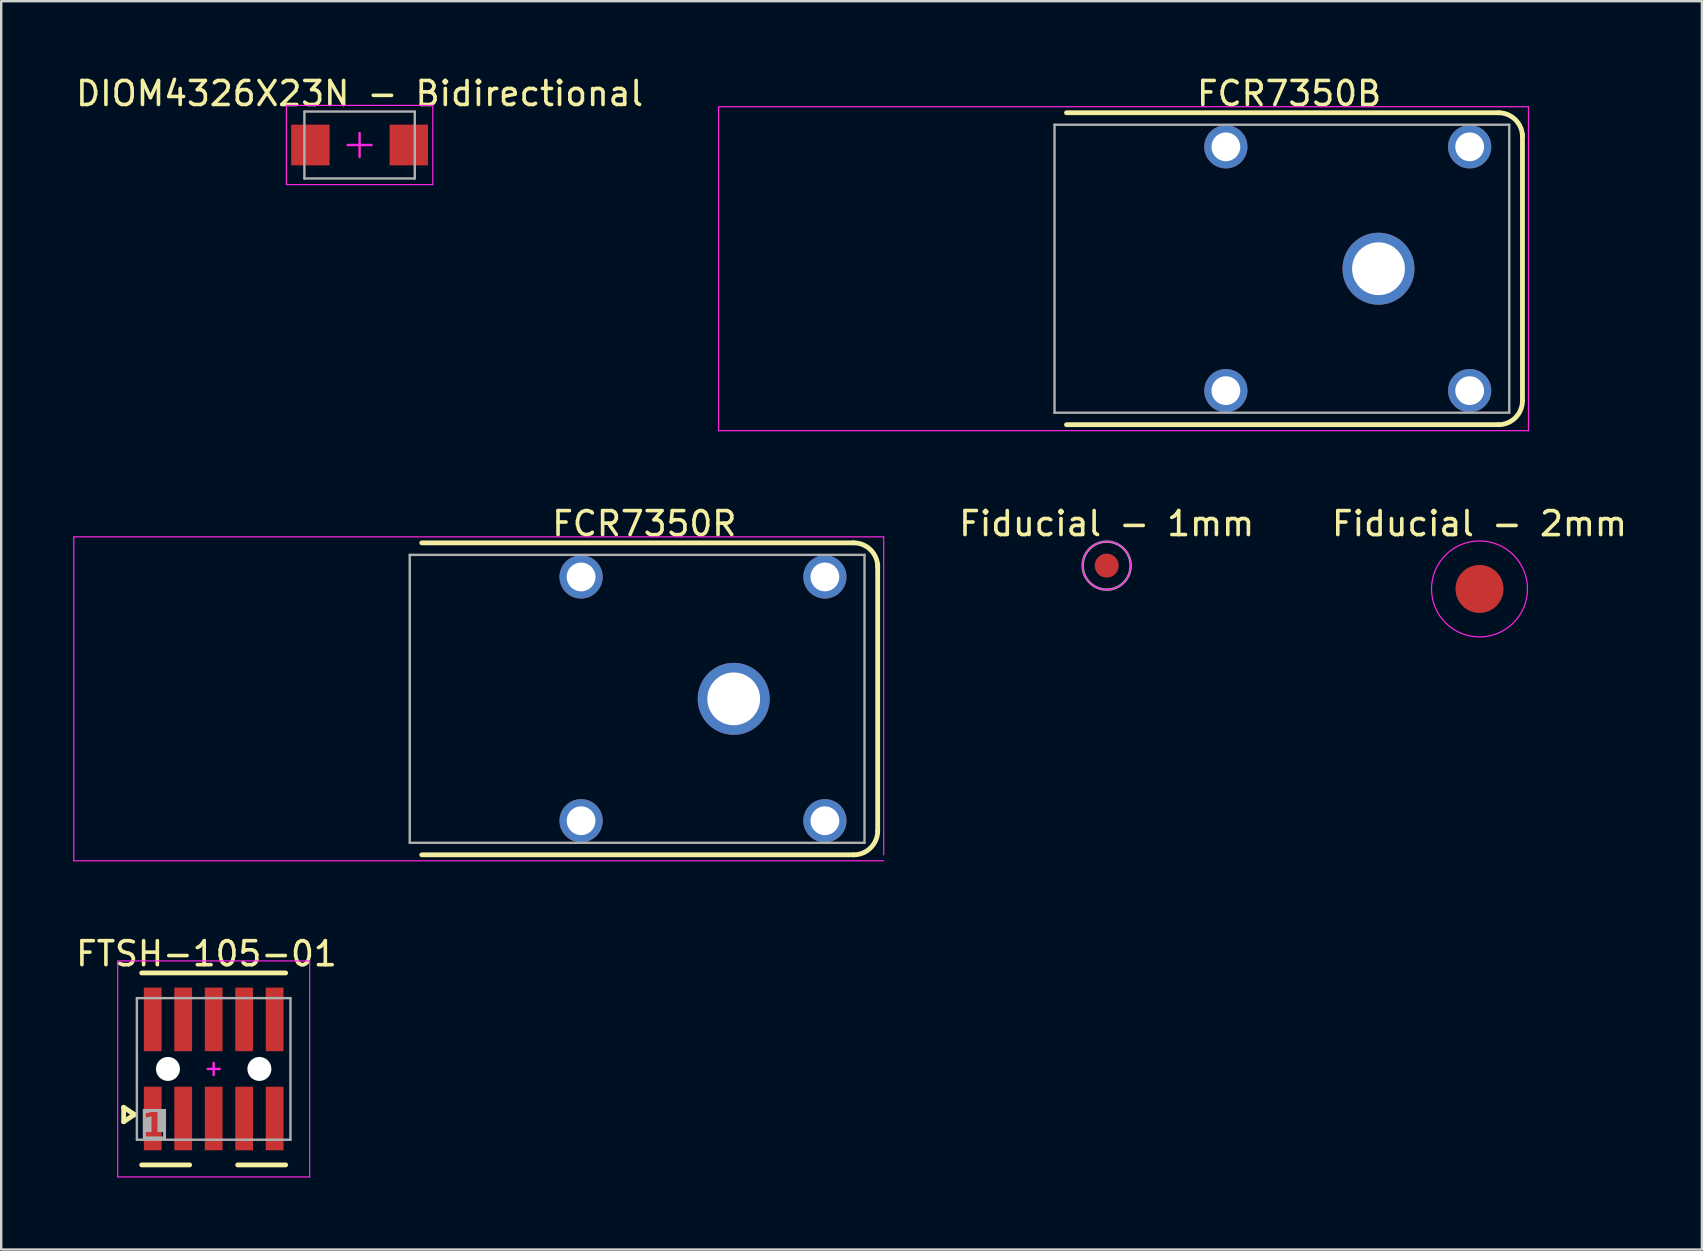
<source format=kicad_pcb>
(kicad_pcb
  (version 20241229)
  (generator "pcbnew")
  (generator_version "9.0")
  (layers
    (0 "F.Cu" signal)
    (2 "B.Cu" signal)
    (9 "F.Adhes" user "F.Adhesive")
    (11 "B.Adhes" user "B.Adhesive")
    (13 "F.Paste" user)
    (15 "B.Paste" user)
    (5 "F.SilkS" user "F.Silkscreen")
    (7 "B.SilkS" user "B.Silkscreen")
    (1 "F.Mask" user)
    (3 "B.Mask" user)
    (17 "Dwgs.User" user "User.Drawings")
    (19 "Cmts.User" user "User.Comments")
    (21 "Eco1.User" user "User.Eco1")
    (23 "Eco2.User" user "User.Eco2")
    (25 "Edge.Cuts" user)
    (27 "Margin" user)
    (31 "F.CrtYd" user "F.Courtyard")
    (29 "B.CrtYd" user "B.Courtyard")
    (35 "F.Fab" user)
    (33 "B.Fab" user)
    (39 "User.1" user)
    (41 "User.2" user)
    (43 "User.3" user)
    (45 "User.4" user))
  (footprint "Fiducial - 2mm"
    (layer "F.Cu")
    (at 58.604 21.492)
    (property "Reference" "Fiducial - 2mm" (at 0 -2.72 0) (layer "F.SilkS") (effects (font (size 1 1) (thickness 0.15))))
    (fp_circle (center 0 0) (end 0 -2) (stroke (width 0.05) (type solid)) (fill no) (layer "F.CrtYd"))
    (pad "1" smd circle (at 0 0) (size 2 2) (layers "F.Cu" "F.Mask" "F.Paste"))
    (zone (net_name "") (layer "F.Cu") (hatch edge 0.5) (connect_pads) (min_thickness 0.25) (filled_areas_thickness no) (keepout (tracks not_allowed) (vias not_allowed) (pads not_allowed) (copperpour not_allowed) (footprints allowed)) (placement (enabled no)) (fill) (polygon (pts (xy 59.016 19.509) (xy 59.282 19.584) (xy 59.535 19.694) (xy 59.771 19.837) (xy 59.986 20.012) (xy 60.174 20.214) (xy 60.334 20.44) (xy 60.461 20.685) (xy 60.553 20.945) (xy 60.61 21.216) (xy 60.629 21.492) (xy 60.61 21.768) (xy 60.553 22.038) (xy 60.461 22.299) (xy 60.334 22.544) (xy 60.174 22.77) (xy 59.986 22.972) (xy 59.771 23.146) (xy 59.535 23.29) (xy 59.282 23.4) (xy 59.016 23.474) (xy 58.742 23.512) (xy 58.465 23.512) (xy 58.192 23.474) (xy 57.925 23.4) (xy 57.672 23.29) (xy 57.436 23.146) (xy 57.221 22.972) (xy 57.033 22.77) (xy 56.873 22.544) (xy 56.746 22.299) (xy 56.654 22.038) (xy 56.597 21.768) (xy 56.579 21.492) (xy 57.524 21.492) (xy 57.542 21.69) (xy 57.597 21.882) (xy 57.686 22.06) (xy 57.806 22.219) (xy 57.953 22.353) (xy 58.122 22.458) (xy 58.308 22.53) (xy 58.504 22.567) (xy 58.703 22.567) (xy 58.899 22.53) (xy 59.085 22.458) (xy 59.254 22.353) (xy 59.401 22.219) (xy 59.521 22.06) (xy 59.61 21.882) (xy 59.665 21.69) (xy 59.683 21.492) (xy 59.665 21.293) (xy 59.61 21.102) (xy 59.521 20.923) (xy 59.401 20.764) (xy 59.254 20.63) (xy 59.085 20.525) (xy 58.899 20.453) (xy 58.703 20.417) (xy 58.504 20.417) (xy 58.308 20.453) (xy 58.122 20.525) (xy 57.953 20.63) (xy 57.806 20.764) (xy 57.686 20.923) (xy 57.597 21.102) (xy 57.542 21.293) (xy 57.524 21.492) (xy 56.579 21.492) (xy 56.597 21.216) (xy 56.654 20.945) (xy 56.746 20.685) (xy 56.873 20.44) (xy 57.033 20.214) (xy 57.221 20.012) (xy 57.436 19.837) (xy 57.672 19.694) (xy 57.925 19.584) (xy 58.192 19.509) (xy 58.465 19.471) (xy 58.742 19.471)))))
  (footprint "FCR7350R"
    (layer "F.Cu")
    (at 27.525 26.072)
    (property "Reference" "FCR7350R" (at -3.725 -7.3 0) (layer "F.SilkS") (effects (font (size 1 1) (thickness 0.15))))
    (fp_line (start -13 -6.5) (end 5 -6.5) (stroke (width 0.2) (type solid)) (layer "F.SilkS"))
    (fp_line (start -13 6.5) (end 5 6.5) (stroke (width 0.2) (type solid)) (layer "F.SilkS"))
    (fp_line (start 6 5.5) (end 6 -5.6) (stroke (width 0.2) (type solid)) (layer "F.SilkS"))
    (fp_arc (start 5 -6.5) (mid 5.707107 -6.207107) (end 6 -5.5) (stroke (width 0.2) (type solid)) (layer "F.SilkS"))
    (fp_arc (start 6 5.5) (mid 5.707107 6.207107) (end 5 6.5) (stroke (width 0.2) (type solid)) (layer "F.SilkS"))
    (fp_line (start -27.5 -6.75) (end 6.25 -6.75) (stroke (width 0.05) (type solid)) (layer "F.CrtYd"))
    (fp_line (start -27.5 6.75) (end -27.5 -6.75) (stroke (width 0.05) (type solid)) (layer "F.CrtYd"))
    (fp_line (start -27.5 6.75) (end 6.25 6.75) (stroke (width 0.05) (type solid)) (layer "F.CrtYd"))
    (fp_line (start -0.254 0) (end 0.254 0) (stroke (width 0.1) (type solid)) (layer "F.CrtYd"))
    (fp_line (start 0 0.254) (end 0 -0.254) (stroke (width 0.1) (type solid)) (layer "F.CrtYd"))
    (fp_line (start 6.25 6.5) (end 6.25 -6.75) (stroke (width 0.05) (type solid)) (layer "F.CrtYd"))
    (fp_line (start -13.5 -6) (end 5.45 -6) (stroke (width 0.1) (type solid)) (layer "F.Fab"))
    (fp_line (start -13.5 6) (end -13.5 -6) (stroke (width 0.1) (type solid)) (layer "F.Fab"))
    (fp_line (start -13.5 6) (end 5.45 6) (stroke (width 0.1) (type solid)) (layer "F.Fab"))
    (fp_line (start 5.45 6) (end 5.45 -6) (stroke (width 0.1) (type solid)) (layer "F.Fab"))
    (pad "1" thru_hole circle (at 0 0) (size 3 3) (drill 2.2) (layers "*.Cu" "*.Mask"))
    (pad "2" thru_hole circle (at -6.36 -5.08) (size 1.8 1.8) (drill 1.2) (layers "*.Cu" "*.Mask"))
    (pad "3" thru_hole circle (at 3.8 -5.08) (size 1.8 1.8) (drill 1.2) (layers "*.Cu" "*.Mask"))
    (pad "4" thru_hole circle (at -6.36 5.08) (size 1.8 1.8) (drill 1.2) (layers "*.Cu" "*.Mask"))
    (pad "5" thru_hole circle (at 3.8 5.08) (size 1.8 1.8) (drill 1.2) (layers "*.Cu" "*.Mask")))
  (footprint "FCR7350B"
    (layer "F.Cu")
    (at 54.394 8.148)
    (property "Reference" "FCR7350B" (at -3.725 -7.3 0) (layer "F.SilkS") (effects (font (size 1 1) (thickness 0.15))))
    (fp_line (start -13 -6.5) (end 5 -6.5) (stroke (width 0.2) (type solid)) (layer "F.SilkS"))
    (fp_line (start -13 6.5) (end 5 6.5) (stroke (width 0.2) (type solid)) (layer "F.SilkS"))
    (fp_line (start 6 5.5) (end 6 -5.6) (stroke (width 0.2) (type solid)) (layer "F.SilkS"))
    (fp_arc (start 5 -6.5) (mid 5.707107 -6.207107) (end 6 -5.5) (stroke (width 0.2) (type solid)) (layer "F.SilkS"))
    (fp_arc (start 6 5.5) (mid 5.707107 6.207107) (end 5 6.5) (stroke (width 0.2) (type solid)) (layer "F.SilkS"))
    (fp_line (start -27.5 -6.75) (end 6.25 -6.75) (stroke (width 0.05) (type solid)) (layer "F.CrtYd"))
    (fp_line (start -27.5 6.75) (end -27.5 -6.75) (stroke (width 0.05) (type solid)) (layer "F.CrtYd"))
    (fp_line (start -27.5 6.75) (end 6.25 6.75) (stroke (width 0.05) (type solid)) (layer "F.CrtYd"))
    (fp_line (start -0.254 0) (end 0.254 0) (stroke (width 0.1) (type solid)) (layer "F.CrtYd"))
    (fp_line (start 0 0.254) (end 0 -0.254) (stroke (width 0.1) (type solid)) (layer "F.CrtYd"))
    (fp_line (start 6.25 6.75) (end 6.25 -6.75) (stroke (width 0.05) (type solid)) (layer "F.CrtYd"))
    (fp_line (start -13.5 -6) (end 5.45 -6) (stroke (width 0.1) (type solid)) (layer "F.Fab"))
    (fp_line (start -13.5 6) (end -13.5 -6) (stroke (width 0.1) (type solid)) (layer "F.Fab"))
    (fp_line (start -13.5 6) (end 5.45 6) (stroke (width 0.1) (type solid)) (layer "F.Fab"))
    (fp_line (start 5.45 6) (end 5.45 -6) (stroke (width 0.1) (type solid)) (layer "F.Fab"))
    (pad "1" thru_hole circle (at 0 0) (size 3 3) (drill 2.2) (layers "*.Cu" "*.Mask"))
    (pad "2" thru_hole circle (at -6.36 -5.08) (size 1.8 1.8) (drill 1.2) (layers "*.Cu" "*.Mask"))
    (pad "3" thru_hole circle (at 3.8 -5.08) (size 1.8 1.8) (drill 1.2) (layers "*.Cu" "*.Mask"))
    (pad "4" thru_hole circle (at -6.36 5.08) (size 1.8 1.8) (drill 1.2) (layers "*.Cu" "*.Mask"))
    (pad "5" thru_hole circle (at 3.8 5.08) (size 1.8 1.8) (drill 1.2) (layers "*.Cu" "*.Mask")))
  (footprint "DIOM4326X23N - Bidirectional"
    (layer "F.Cu")
    (at 11.935 2.993)
    (property "Reference" "DIOM4326X23N - Bidirectional" (at 0 -2.145 0) (layer "F.SilkS") (effects (font (size 1 1) (thickness 0.15))))
    (fp_line (start -3.05 -1.65) (end 3.05 -1.65) (stroke (width 0.05) (type solid)) (layer "F.CrtYd"))
    (fp_line (start -3.05 1.65) (end -3.05 -1.65) (stroke (width 0.05) (type solid)) (layer "F.CrtYd"))
    (fp_line (start -3.05 1.65) (end 3.05 1.65) (stroke (width 0.05) (type solid)) (layer "F.CrtYd"))
    (fp_line (start -0.5 0) (end 0.5 0) (stroke (width 0.1) (type solid)) (layer "F.CrtYd"))
    (fp_line (start 0 0.5) (end 0 -0.5) (stroke (width 0.1) (type solid)) (layer "F.CrtYd"))
    (fp_line (start 3.05 1.65) (end 3.05 -1.65) (stroke (width 0.05) (type solid)) (layer "F.CrtYd"))
    (fp_line (start -2.3 -1.395) (end 2.3 -1.395) (stroke (width 0.1) (type solid)) (layer "F.Fab"))
    (fp_line (start -2.3 1.395) (end -2.3 -1.395) (stroke (width 0.1) (type solid)) (layer "F.Fab"))
    (fp_line (start -2.3 1.395) (end 2.3 1.395) (stroke (width 0.1) (type solid)) (layer "F.Fab"))
    (fp_line (start 2.3 1.395) (end 2.3 -1.395) (stroke (width 0.1) (type solid)) (layer "F.Fab"))
    (pad "1" smd rect (at -2.05 0 90) (size 1.7 1.6) (layers "F.Cu" "F.Mask" "F.Paste"))
    (pad "2" smd rect (at 2.05 0 90) (size 1.7 1.6) (layers "F.Cu" "F.Mask" "F.Paste")))
  (footprint "FTSH-105-01"
    (layer "F.Cu")
    (at 5.854 41.495)
    (property "Reference" "FTSH-105-01" (at -0.3 -4.8 0) (layer "F.SilkS") (effects (font (size 1 1) (thickness 0.15))))
    (fp_line (start -3.75 1.6) (end -3.3 1.9) (stroke (width 0.2) (type solid)) (layer "F.SilkS"))
    (fp_line (start -3.75 2.2) (end -3.75 1.6) (stroke (width 0.2) (type solid)) (layer "F.SilkS"))
    (fp_line (start -3.75 2.2) (end -3.3 1.9) (stroke (width 0.2) (type solid)) (layer "F.SilkS"))
    (fp_line (start -3 -4) (end 3 -4) (stroke (width 0.2) (type solid)) (layer "F.SilkS"))
    (fp_line (start -3 4) (end -1 4) (stroke (width 0.2) (type solid)) (layer "F.SilkS"))
    (fp_line (start 1 4) (end 3 4) (stroke (width 0.2) (type solid)) (layer "F.SilkS"))
    (fp_line (start -4 -4.5) (end 4 -4.5) (stroke (width 0.05) (type solid)) (layer "F.CrtYd"))
    (fp_line (start -4 4.5) (end -4 -4.5) (stroke (width 0.05) (type solid)) (layer "F.CrtYd"))
    (fp_line (start -4 4.5) (end 4 4.5) (stroke (width 0.05) (type solid)) (layer "F.CrtYd"))
    (fp_line (start -0.25 0) (end 0.25 0) (stroke (width 0.1) (type solid)) (layer "F.CrtYd"))
    (fp_line (start 0 0.25) (end 0 -0.25) (stroke (width 0.1) (type solid)) (layer "F.CrtYd"))
    (fp_line (start 4 4.5) (end 4 -4.5) (stroke (width 0.05) (type solid)) (layer "F.CrtYd"))
    (fp_line (start -3.2 -2.95) (end 3.2 -2.95) (stroke (width 0.1) (type solid)) (layer "F.Fab"))
    (fp_line (start -3.2 2.95) (end -3.2 -2.95) (stroke (width 0.1) (type solid)) (layer "F.Fab"))
    (fp_line (start -3.2 2.95) (end 3.2 2.95) (stroke (width 0.1) (type solid)) (layer "F.Fab"))
    (fp_line (start 3.2 2.95) (end 3.2 -2.95) (stroke (width 0.1) (type solid)) (layer "F.Fab"))
    (fp_text user "1" (at -2.5 2.4 0) (unlocked yes) (layer "F.Fab" knockout) (effects (font (face "Arial") (size 1 1) (thickness 0.254) (bold yes))))
    (pad "" np_thru_hole circle (at -1.905 0) (size 1 1) (drill 1) (layers "*.Cu" "*.Mask"))
    (pad "" np_thru_hole circle (at 1.905 0) (size 1 1) (drill 1) (layers "*.Cu" "*.Mask"))
    (pad "1" smd rect (at -2.54 2.065) (size 0.74 2.65) (layers "F.Cu" "F.Mask" "F.Paste"))
    (pad "2" smd rect (at -2.54 -2.065) (size 0.74 2.65) (layers "F.Cu" "F.Mask" "F.Paste"))
    (pad "3" smd rect (at -1.27 2.065) (size 0.74 2.65) (layers "F.Cu" "F.Mask" "F.Paste"))
    (pad "4" smd rect (at -1.27 -2.065) (size 0.74 2.65) (layers "F.Cu" "F.Mask" "F.Paste"))
    (pad "5" smd rect (at 0 2.065) (size 0.74 2.65) (layers "F.Cu" "F.Mask" "F.Paste"))
    (pad "6" smd rect (at 0 -2.065) (size 0.74 2.65) (layers "F.Cu" "F.Mask" "F.Paste"))
    (pad "7" smd rect (at 1.27 2.065) (size 0.74 2.65) (layers "F.Cu" "F.Mask" "F.Paste"))
    (pad "8" smd rect (at 1.27 -2.065) (size 0.74 2.65) (layers "F.Cu" "F.Mask" "F.Paste"))
    (pad "9" smd rect (at 2.54 2.065) (size 0.74 2.65) (layers "F.Cu" "F.Mask" "F.Paste"))
    (pad "10" smd rect (at 2.54 -2.065) (size 0.74 2.65) (layers "F.Cu" "F.Mask" "F.Paste")))
  (footprint "Fiducial - 1mm"
    (layer "F.Cu")
    (at 43.068 20.521)
    (property "Reference" "Fiducial - 1mm" (at 0 -1.75 0) (layer "F.SilkS") (effects (font (size 1 1) (thickness 0.15))))
    (fp_circle (center 0 0) (end 0 -1) (stroke (width 0.05) (type solid)) (fill no) (layer "F.CrtYd"))
    (fp_circle (center 0 0) (end 0 -1) (stroke (width 0.1) (type solid)) (fill no) (layer "F.Fab"))
    (pad "1" smd circle (at 0 0) (size 1 1) (layers "F.Cu" "F.Mask" "F.Paste"))
    (zone (net_name "") (layer "F.Cu") (hatch edge 0.5) (connect_pads) (min_thickness 0.25) (filled_areas_thickness no) (keepout (tracks not_allowed) (vias not_allowed) (pads not_allowed) (copperpour not_allowed) (footprints allowed)) (placement (enabled no)) (fill) (polygon (pts (xy 43.263 19.541) (xy 43.451 19.598) (xy 43.623 19.69) (xy 43.775 19.814) (xy 43.899 19.966) (xy 43.992 20.139) (xy 44.049 20.326) (xy 44.068 20.521) (xy 44.049 20.717) (xy 43.992 20.904) (xy 43.899 21.077) (xy 43.775 21.229) (xy 43.623 21.353) (xy 43.451 21.445) (xy 43.263 21.502) (xy 43.068 21.521) (xy 42.873 21.502) (xy 42.685 21.445) (xy 42.512 21.353) (xy 42.361 21.229) (xy 42.236 21.077) (xy 42.144 20.904) (xy 42.087 20.717) (xy 42.068 20.521) (xy 42.363 20.521) (xy 42.383 20.69) (xy 42.443 20.849) (xy 42.54 20.989) (xy 42.667 21.102) (xy 42.818 21.181) (xy 42.983 21.221) (xy 43.153 21.221) (xy 43.318 21.181) (xy 43.468 21.102) (xy 43.596 20.989) (xy 43.692 20.849) (xy 43.753 20.69) (xy 43.773 20.521) (xy 43.753 20.353) (xy 43.692 20.194) (xy 43.596 20.054) (xy 43.468 19.941) (xy 43.318 19.862) (xy 43.153 19.822) (xy 42.983 19.822) (xy 42.818 19.862) (xy 42.667 19.941) (xy 42.54 20.054) (xy 42.443 20.194) (xy 42.383 20.353) (xy 42.363 20.521) (xy 42.068 20.521) (xy 42.087 20.326) (xy 42.144 20.139) (xy 42.236 19.966) (xy 42.361 19.814) (xy 42.512 19.69) (xy 42.685 19.598) (xy 42.873 19.541) (xy 43.068 19.521)))))
  (gr_rect
    (start -3 -3)
    (end 67.871 49.02)
    (stroke (width 0.1) (type default))
    (fill no)
    (layer "Edge.Cuts")))
</source>
